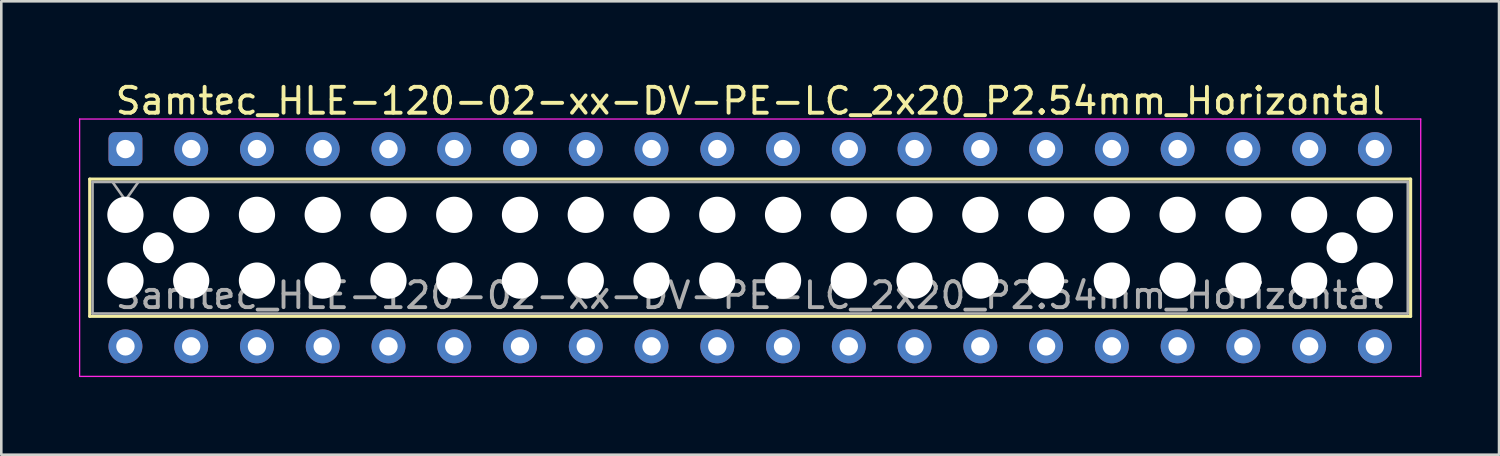
<source format=kicad_pcb>
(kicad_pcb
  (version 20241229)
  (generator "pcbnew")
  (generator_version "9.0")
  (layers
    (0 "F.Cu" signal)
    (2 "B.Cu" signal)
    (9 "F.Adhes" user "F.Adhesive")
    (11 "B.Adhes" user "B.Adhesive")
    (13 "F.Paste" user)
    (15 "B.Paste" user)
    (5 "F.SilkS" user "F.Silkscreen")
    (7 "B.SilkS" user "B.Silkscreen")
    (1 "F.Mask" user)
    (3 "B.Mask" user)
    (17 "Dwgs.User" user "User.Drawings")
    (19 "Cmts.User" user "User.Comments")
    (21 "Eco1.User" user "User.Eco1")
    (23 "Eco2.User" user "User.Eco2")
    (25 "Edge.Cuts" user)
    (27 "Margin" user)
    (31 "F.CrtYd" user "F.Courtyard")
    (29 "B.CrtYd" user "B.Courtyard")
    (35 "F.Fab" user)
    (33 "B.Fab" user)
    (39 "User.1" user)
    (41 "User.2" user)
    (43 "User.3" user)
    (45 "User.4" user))
  (footprint "Samtec_HLE-120-02-xx-DV-PE-LC_2x20_P2.54mm_Horizontal"
    (layer "F.Cu")
    (at 1.795 2.708)
    (property "Reference" "Samtec_HLE-120-02-xx-DV-PE-LC_2x20_P2.54mm_Horizontal" (at 24.13 -1.86 0) (layer "F.SilkS") (effects (font (size 1 1) (thickness 0.15))))
    (attr through_hole)
    (fp_line (start -1.38 1.16) (end 49.64 1.16) (stroke (width 0.12) (type solid)) (layer "F.SilkS"))
    (fp_line (start -1.38 6.46) (end -1.38 1.16) (stroke (width 0.12) (type solid)) (layer "F.SilkS"))
    (fp_line (start 49.64 1.16) (end 49.64 6.46) (stroke (width 0.12) (type solid)) (layer "F.SilkS"))
    (fp_line (start 49.64 6.46) (end -1.38 6.46) (stroke (width 0.12) (type solid)) (layer "F.SilkS"))
    (fp_line (start -1.77 -1.16) (end 50.03 -1.16) (stroke (width 0.05) (type solid)) (layer "F.CrtYd"))
    (fp_line (start -1.77 8.78) (end -1.77 -1.16) (stroke (width 0.05) (type solid)) (layer "F.CrtYd"))
    (fp_line (start 50.03 -1.16) (end 50.03 8.78) (stroke (width 0.05) (type solid)) (layer "F.CrtYd"))
    (fp_line (start 50.03 8.78) (end -1.77 8.78) (stroke (width 0.05) (type solid)) (layer "F.CrtYd"))
    (fp_line (start -1.27 1.27) (end 49.53 1.27) (stroke (width 0.1) (type solid)) (layer "F.Fab"))
    (fp_line (start -1.27 6.35) (end -1.27 1.27) (stroke (width 0.1) (type solid)) (layer "F.Fab"))
    (fp_line (start -0.5 1.27) (end 0 1.977) (stroke (width 0.1) (type solid)) (layer "F.Fab"))
    (fp_line (start 0 1.977) (end 0.5 1.27) (stroke (width 0.1) (type solid)) (layer "F.Fab"))
    (fp_line (start 49.53 1.27) (end 49.53 6.35) (stroke (width 0.1) (type solid)) (layer "F.Fab"))
    (fp_line (start 49.53 6.35) (end -1.27 6.35) (stroke (width 0.1) (type solid)) (layer "F.Fab"))
    (fp_text user "${REFERENCE}" (at 24.13 5.65 0) (layer "F.Fab") (effects (font (size 1 1) (thickness 0.15))))
    (pad "" np_thru_hole circle (at 0 2.54) (size 1.4 1.4) (drill 1.4) (layers "*.Cu" "*.Mask"))
    (pad "" np_thru_hole circle (at 0 5.08) (size 1.4 1.4) (drill 1.4) (layers "*.Cu" "*.Mask"))
    (pad "" np_thru_hole circle (at 1.27 3.81) (size 1.19 1.19) (drill 1.19) (layers "*.Cu" "*.Mask"))
    (pad "" np_thru_hole circle (at 2.54 2.54) (size 1.4 1.4) (drill 1.4) (layers "*.Cu" "*.Mask"))
    (pad "" np_thru_hole circle (at 2.54 5.08) (size 1.4 1.4) (drill 1.4) (layers "*.Cu" "*.Mask"))
    (pad "" np_thru_hole circle (at 5.08 2.54) (size 1.4 1.4) (drill 1.4) (layers "*.Cu" "*.Mask"))
    (pad "" np_thru_hole circle (at 5.08 5.08) (size 1.4 1.4) (drill 1.4) (layers "*.Cu" "*.Mask"))
    (pad "" np_thru_hole circle (at 7.62 2.54) (size 1.4 1.4) (drill 1.4) (layers "*.Cu" "*.Mask"))
    (pad "" np_thru_hole circle (at 7.62 5.08) (size 1.4 1.4) (drill 1.4) (layers "*.Cu" "*.Mask"))
    (pad "" np_thru_hole circle (at 10.16 2.54) (size 1.4 1.4) (drill 1.4) (layers "*.Cu" "*.Mask"))
    (pad "" np_thru_hole circle (at 10.16 5.08) (size 1.4 1.4) (drill 1.4) (layers "*.Cu" "*.Mask"))
    (pad "" np_thru_hole circle (at 12.7 2.54) (size 1.4 1.4) (drill 1.4) (layers "*.Cu" "*.Mask"))
    (pad "" np_thru_hole circle (at 12.7 5.08) (size 1.4 1.4) (drill 1.4) (layers "*.Cu" "*.Mask"))
    (pad "" np_thru_hole circle (at 15.24 2.54) (size 1.4 1.4) (drill 1.4) (layers "*.Cu" "*.Mask"))
    (pad "" np_thru_hole circle (at 15.24 5.08) (size 1.4 1.4) (drill 1.4) (layers "*.Cu" "*.Mask"))
    (pad "" np_thru_hole circle (at 17.78 2.54) (size 1.4 1.4) (drill 1.4) (layers "*.Cu" "*.Mask"))
    (pad "" np_thru_hole circle (at 17.78 5.08) (size 1.4 1.4) (drill 1.4) (layers "*.Cu" "*.Mask"))
    (pad "" np_thru_hole circle (at 20.32 2.54) (size 1.4 1.4) (drill 1.4) (layers "*.Cu" "*.Mask"))
    (pad "" np_thru_hole circle (at 20.32 5.08) (size 1.4 1.4) (drill 1.4) (layers "*.Cu" "*.Mask"))
    (pad "" np_thru_hole circle (at 22.86 2.54) (size 1.4 1.4) (drill 1.4) (layers "*.Cu" "*.Mask"))
    (pad "" np_thru_hole circle (at 22.86 5.08) (size 1.4 1.4) (drill 1.4) (layers "*.Cu" "*.Mask"))
    (pad "" np_thru_hole circle (at 25.4 2.54) (size 1.4 1.4) (drill 1.4) (layers "*.Cu" "*.Mask"))
    (pad "" np_thru_hole circle (at 25.4 5.08) (size 1.4 1.4) (drill 1.4) (layers "*.Cu" "*.Mask"))
    (pad "" np_thru_hole circle (at 27.94 2.54) (size 1.4 1.4) (drill 1.4) (layers "*.Cu" "*.Mask"))
    (pad "" np_thru_hole circle (at 27.94 5.08) (size 1.4 1.4) (drill 1.4) (layers "*.Cu" "*.Mask"))
    (pad "" np_thru_hole circle (at 30.48 2.54) (size 1.4 1.4) (drill 1.4) (layers "*.Cu" "*.Mask"))
    (pad "" np_thru_hole circle (at 30.48 5.08) (size 1.4 1.4) (drill 1.4) (layers "*.Cu" "*.Mask"))
    (pad "" np_thru_hole circle (at 33.02 2.54) (size 1.4 1.4) (drill 1.4) (layers "*.Cu" "*.Mask"))
    (pad "" np_thru_hole circle (at 33.02 5.08) (size 1.4 1.4) (drill 1.4) (layers "*.Cu" "*.Mask"))
    (pad "" np_thru_hole circle (at 35.56 2.54) (size 1.4 1.4) (drill 1.4) (layers "*.Cu" "*.Mask"))
    (pad "" np_thru_hole circle (at 35.56 5.08) (size 1.4 1.4) (drill 1.4) (layers "*.Cu" "*.Mask"))
    (pad "" np_thru_hole circle (at 38.1 2.54) (size 1.4 1.4) (drill 1.4) (layers "*.Cu" "*.Mask"))
    (pad "" np_thru_hole circle (at 38.1 5.08) (size 1.4 1.4) (drill 1.4) (layers "*.Cu" "*.Mask"))
    (pad "" np_thru_hole circle (at 40.64 2.54) (size 1.4 1.4) (drill 1.4) (layers "*.Cu" "*.Mask"))
    (pad "" np_thru_hole circle (at 40.64 5.08) (size 1.4 1.4) (drill 1.4) (layers "*.Cu" "*.Mask"))
    (pad "" np_thru_hole circle (at 43.18 2.54) (size 1.4 1.4) (drill 1.4) (layers "*.Cu" "*.Mask"))
    (pad "" np_thru_hole circle (at 43.18 5.08) (size 1.4 1.4) (drill 1.4) (layers "*.Cu" "*.Mask"))
    (pad "" np_thru_hole circle (at 45.72 2.54) (size 1.4 1.4) (drill 1.4) (layers "*.Cu" "*.Mask"))
    (pad "" np_thru_hole circle (at 45.72 5.08) (size 1.4 1.4) (drill 1.4) (layers "*.Cu" "*.Mask"))
    (pad "" np_thru_hole circle (at 46.99 3.81) (size 1.19 1.19) (drill 1.19) (layers "*.Cu" "*.Mask"))
    (pad "" np_thru_hole circle (at 48.26 2.54) (size 1.4 1.4) (drill 1.4) (layers "*.Cu" "*.Mask"))
    (pad "" np_thru_hole circle (at 48.26 5.08) (size 1.4 1.4) (drill 1.4) (layers "*.Cu" "*.Mask"))
    (pad "1" thru_hole roundrect (at 0 0) (size 1.31 1.31) (drill 0.71) (layers "*.Cu" "*.Mask") (roundrect_rratio 0.191))
    (pad "2" thru_hole circle (at 0 7.62) (size 1.31 1.31) (drill 0.71) (layers "*.Cu" "*.Mask"))
    (pad "3" thru_hole circle (at 2.54 0) (size 1.31 1.31) (drill 0.71) (layers "*.Cu" "*.Mask"))
    (pad "4" thru_hole circle (at 2.54 7.62) (size 1.31 1.31) (drill 0.71) (layers "*.Cu" "*.Mask"))
    (pad "5" thru_hole circle (at 5.08 0) (size 1.31 1.31) (drill 0.71) (layers "*.Cu" "*.Mask"))
    (pad "6" thru_hole circle (at 5.08 7.62) (size 1.31 1.31) (drill 0.71) (layers "*.Cu" "*.Mask"))
    (pad "7" thru_hole circle (at 7.62 0) (size 1.31 1.31) (drill 0.71) (layers "*.Cu" "*.Mask"))
    (pad "8" thru_hole circle (at 7.62 7.62) (size 1.31 1.31) (drill 0.71) (layers "*.Cu" "*.Mask"))
    (pad "9" thru_hole circle (at 10.16 0) (size 1.31 1.31) (drill 0.71) (layers "*.Cu" "*.Mask"))
    (pad "10" thru_hole circle (at 10.16 7.62) (size 1.31 1.31) (drill 0.71) (layers "*.Cu" "*.Mask"))
    (pad "11" thru_hole circle (at 12.7 0) (size 1.31 1.31) (drill 0.71) (layers "*.Cu" "*.Mask"))
    (pad "12" thru_hole circle (at 12.7 7.62) (size 1.31 1.31) (drill 0.71) (layers "*.Cu" "*.Mask"))
    (pad "13" thru_hole circle (at 15.24 0) (size 1.31 1.31) (drill 0.71) (layers "*.Cu" "*.Mask"))
    (pad "14" thru_hole circle (at 15.24 7.62) (size 1.31 1.31) (drill 0.71) (layers "*.Cu" "*.Mask"))
    (pad "15" thru_hole circle (at 17.78 0) (size 1.31 1.31) (drill 0.71) (layers "*.Cu" "*.Mask"))
    (pad "16" thru_hole circle (at 17.78 7.62) (size 1.31 1.31) (drill 0.71) (layers "*.Cu" "*.Mask"))
    (pad "17" thru_hole circle (at 20.32 0) (size 1.31 1.31) (drill 0.71) (layers "*.Cu" "*.Mask"))
    (pad "18" thru_hole circle (at 20.32 7.62) (size 1.31 1.31) (drill 0.71) (layers "*.Cu" "*.Mask"))
    (pad "19" thru_hole circle (at 22.86 0) (size 1.31 1.31) (drill 0.71) (layers "*.Cu" "*.Mask"))
    (pad "20" thru_hole circle (at 22.86 7.62) (size 1.31 1.31) (drill 0.71) (layers "*.Cu" "*.Mask"))
    (pad "21" thru_hole circle (at 25.4 0) (size 1.31 1.31) (drill 0.71) (layers "*.Cu" "*.Mask"))
    (pad "22" thru_hole circle (at 25.4 7.62) (size 1.31 1.31) (drill 0.71) (layers "*.Cu" "*.Mask"))
    (pad "23" thru_hole circle (at 27.94 0) (size 1.31 1.31) (drill 0.71) (layers "*.Cu" "*.Mask"))
    (pad "24" thru_hole circle (at 27.94 7.62) (size 1.31 1.31) (drill 0.71) (layers "*.Cu" "*.Mask"))
    (pad "25" thru_hole circle (at 30.48 0) (size 1.31 1.31) (drill 0.71) (layers "*.Cu" "*.Mask"))
    (pad "26" thru_hole circle (at 30.48 7.62) (size 1.31 1.31) (drill 0.71) (layers "*.Cu" "*.Mask"))
    (pad "27" thru_hole circle (at 33.02 0) (size 1.31 1.31) (drill 0.71) (layers "*.Cu" "*.Mask"))
    (pad "28" thru_hole circle (at 33.02 7.62) (size 1.31 1.31) (drill 0.71) (layers "*.Cu" "*.Mask"))
    (pad "29" thru_hole circle (at 35.56 0) (size 1.31 1.31) (drill 0.71) (layers "*.Cu" "*.Mask"))
    (pad "30" thru_hole circle (at 35.56 7.62) (size 1.31 1.31) (drill 0.71) (layers "*.Cu" "*.Mask"))
    (pad "31" thru_hole circle (at 38.1 0) (size 1.31 1.31) (drill 0.71) (layers "*.Cu" "*.Mask"))
    (pad "32" thru_hole circle (at 38.1 7.62) (size 1.31 1.31) (drill 0.71) (layers "*.Cu" "*.Mask"))
    (pad "33" thru_hole circle (at 40.64 0) (size 1.31 1.31) (drill 0.71) (layers "*.Cu" "*.Mask"))
    (pad "34" thru_hole circle (at 40.64 7.62) (size 1.31 1.31) (drill 0.71) (layers "*.Cu" "*.Mask"))
    (pad "35" thru_hole circle (at 43.18 0) (size 1.31 1.31) (drill 0.71) (layers "*.Cu" "*.Mask"))
    (pad "36" thru_hole circle (at 43.18 7.62) (size 1.31 1.31) (drill 0.71) (layers "*.Cu" "*.Mask"))
    (pad "37" thru_hole circle (at 45.72 0) (size 1.31 1.31) (drill 0.71) (layers "*.Cu" "*.Mask"))
    (pad "38" thru_hole circle (at 45.72 7.62) (size 1.31 1.31) (drill 0.71) (layers "*.Cu" "*.Mask"))
    (pad "39" thru_hole circle (at 48.26 0) (size 1.31 1.31) (drill 0.71) (layers "*.Cu" "*.Mask"))
    (pad "40" thru_hole circle (at 48.26 7.62) (size 1.31 1.31) (drill 0.71) (layers "*.Cu" "*.Mask")))
  (gr_rect
    (start -3 -3)
    (end 54.85 14.513)
    (stroke (width 0.1) (type default))
    (fill no)
    (layer "Edge.Cuts")))
</source>
